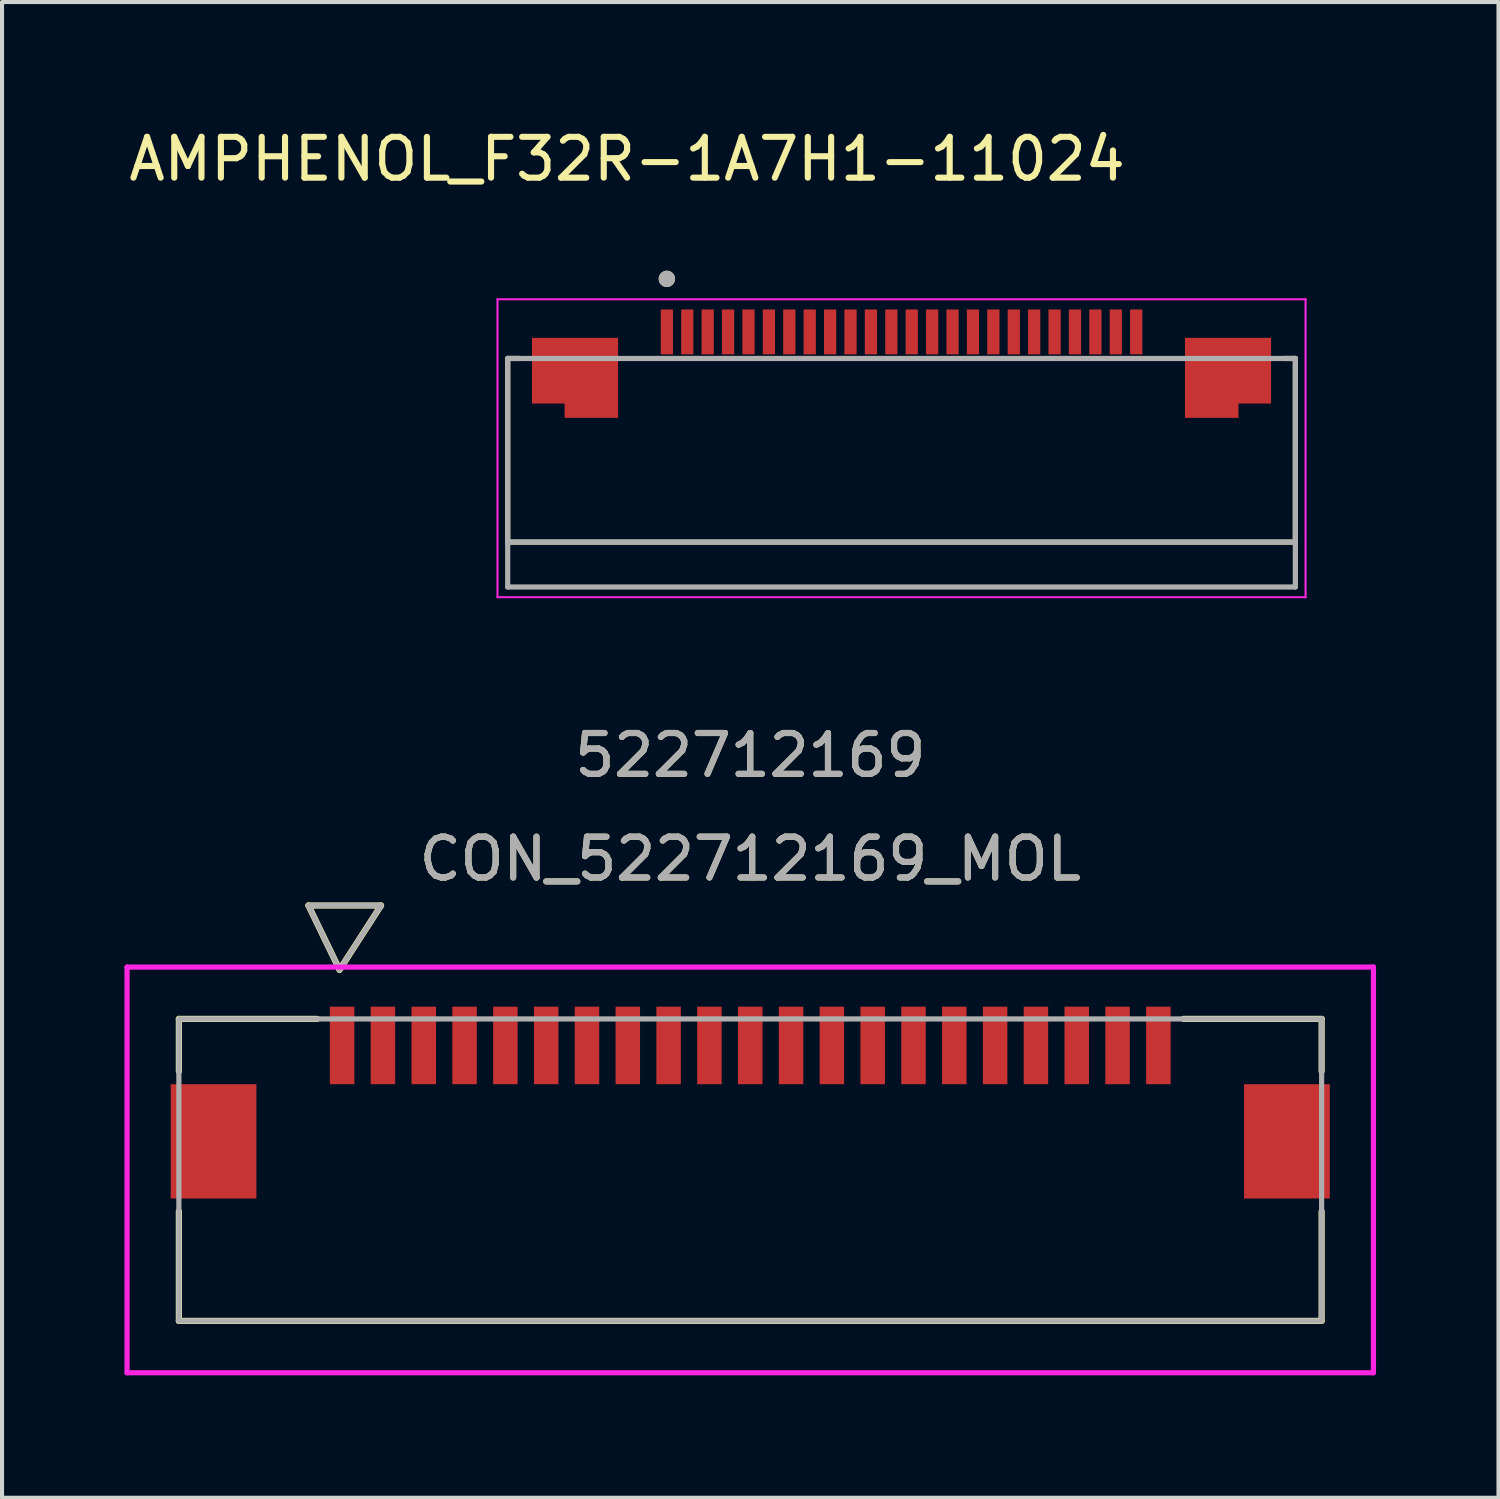
<source format=kicad_pcb>
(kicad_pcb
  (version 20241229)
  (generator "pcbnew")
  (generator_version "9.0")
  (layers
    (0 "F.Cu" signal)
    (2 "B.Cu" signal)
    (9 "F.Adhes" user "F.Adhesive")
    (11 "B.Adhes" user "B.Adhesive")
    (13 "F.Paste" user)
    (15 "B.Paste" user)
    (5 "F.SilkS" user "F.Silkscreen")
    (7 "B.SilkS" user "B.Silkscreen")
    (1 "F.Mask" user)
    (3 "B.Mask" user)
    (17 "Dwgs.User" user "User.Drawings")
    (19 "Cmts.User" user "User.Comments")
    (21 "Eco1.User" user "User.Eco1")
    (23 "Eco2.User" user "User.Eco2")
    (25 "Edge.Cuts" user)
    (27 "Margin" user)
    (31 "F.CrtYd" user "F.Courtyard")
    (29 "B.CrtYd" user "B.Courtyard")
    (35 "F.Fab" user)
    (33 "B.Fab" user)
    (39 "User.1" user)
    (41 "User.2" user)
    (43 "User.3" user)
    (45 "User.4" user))
  (footprint "CON_522712169_MOL"
    (layer "F.Cu")
    (at 15.333 25.616)
    (property "Reference" "CON_522712169_MOL" (at 0 -7.62 0) (unlocked yes) (layer "F.SilkS") (effects (font (size 1 1) (thickness 0.15))))
    (attr smd)
    (fp_line (start -14 -3.7) (end -14 -2.417) (stroke (width 0.152) (type solid)) (layer "F.SilkS"))
    (fp_line (start -14 1.018) (end -14 3.7) (stroke (width 0.152) (type solid)) (layer "F.SilkS"))
    (fp_line (start -14 3.7) (end 14 3.7) (stroke (width 0.152) (type solid)) (layer "F.SilkS"))
    (fp_line (start -10.825 -6.479) (end -10.063 -4.904) (stroke (width 0.152) (type solid)) (layer "F.SilkS"))
    (fp_line (start -10.825 -6.479) (end -9.047 -6.479) (stroke (width 0.152) (type solid)) (layer "F.SilkS"))
    (fp_line (start -10.617 -3.7) (end -14 -3.7) (stroke (width 0.152) (type solid)) (layer "F.SilkS"))
    (fp_line (start -9.047 -6.479) (end -10.063 -4.904) (stroke (width 0.152) (type solid)) (layer "F.SilkS"))
    (fp_line (start 14 -3.7) (end 10.618 -3.7) (stroke (width 0.152) (type solid)) (layer "F.SilkS"))
    (fp_line (start 14 -2.417) (end 14 -3.7) (stroke (width 0.152) (type solid)) (layer "F.SilkS"))
    (fp_line (start 14 3.7) (end 14 1.018) (stroke (width 0.152) (type solid)) (layer "F.SilkS"))
    (fp_line (start -15.27 -4.97) (end -15.27 4.97) (stroke (width 0.127) (type solid)) (layer "F.CrtYd"))
    (fp_line (start -15.27 4.97) (end 15.27 4.97) (stroke (width 0.127) (type solid)) (layer "F.CrtYd"))
    (fp_line (start 15.27 -4.97) (end -15.27 -4.97) (stroke (width 0.127) (type solid)) (layer "F.CrtYd"))
    (fp_line (start 15.27 4.97) (end 15.27 -4.97) (stroke (width 0.127) (type solid)) (layer "F.CrtYd"))
    (fp_line (start -14 -3.7) (end -14 3.7) (stroke (width 0.127) (type solid)) (layer "F.Fab"))
    (fp_line (start -14 3.7) (end 14 3.7) (stroke (width 0.127) (type solid)) (layer "F.Fab"))
    (fp_line (start -10.825 -6.479) (end -10.063 -4.904) (stroke (width 0.127) (type solid)) (layer "F.Fab"))
    (fp_line (start -10.825 -6.479) (end -9.047 -6.479) (stroke (width 0.127) (type solid)) (layer "F.Fab"))
    (fp_line (start -9.047 -6.479) (end -10.063 -4.904) (stroke (width 0.127) (type solid)) (layer "F.Fab"))
    (fp_line (start 14 -3.7) (end -14 -3.7) (stroke (width 0.127) (type solid)) (layer "F.Fab"))
    (fp_line (start 14 3.7) (end 14 -3.7) (stroke (width 0.127) (type solid)) (layer "F.Fab"))
    (fp_text user "522712169" (at 0 -10.16 0) (unlocked yes) (layer "F.SilkS") (effects (font (size 1 1) (thickness 0.15))))
    (fp_text user "${REFERENCE}" (at 0 -7.62 0) (unlocked yes) (layer "F.Fab") (effects (font (size 1 1) (thickness 0.15))))
    (fp_text user "522712169" (at 0 -10.16 0) (unlocked yes) (layer "F.Fab") (effects (font (size 1 1) (thickness 0.15))))
    (pad "1" smd rect (at -10 -3.05) (size 0.6 1.9) (layers "F.Cu" "F.Mask" "F.Paste"))
    (pad "2" smd rect (at -9 -3.05) (size 0.6 1.9) (layers "F.Cu" "F.Mask" "F.Paste"))
    (pad "3" smd rect (at -8 -3.05) (size 0.6 1.9) (layers "F.Cu" "F.Mask" "F.Paste"))
    (pad "4" smd rect (at -7 -3.05) (size 0.6 1.9) (layers "F.Cu" "F.Mask" "F.Paste"))
    (pad "5" smd rect (at -6 -3.05) (size 0.6 1.9) (layers "F.Cu" "F.Mask" "F.Paste"))
    (pad "6" smd rect (at -5 -3.05) (size 0.6 1.9) (layers "F.Cu" "F.Mask" "F.Paste"))
    (pad "7" smd rect (at -4 -3.05) (size 0.6 1.9) (layers "F.Cu" "F.Mask" "F.Paste"))
    (pad "8" smd rect (at -3 -3.05) (size 0.6 1.9) (layers "F.Cu" "F.Mask" "F.Paste"))
    (pad "9" smd rect (at -2 -3.05) (size 0.6 1.9) (layers "F.Cu" "F.Mask" "F.Paste"))
    (pad "10" smd rect (at -1 -3.05) (size 0.6 1.9) (layers "F.Cu" "F.Mask" "F.Paste"))
    (pad "11" smd rect (at 0.00002 -3.05) (size 0.6 1.9) (layers "F.Cu" "F.Mask" "F.Paste"))
    (pad "12" smd rect (at 1 -3.05) (size 0.6 1.9) (layers "F.Cu" "F.Mask" "F.Paste"))
    (pad "13" smd rect (at 2 -3.05) (size 0.6 1.9) (layers "F.Cu" "F.Mask" "F.Paste"))
    (pad "14" smd rect (at 3 -3.05) (size 0.6 1.9) (layers "F.Cu" "F.Mask" "F.Paste"))
    (pad "15" smd rect (at 4 -3.05) (size 0.6 1.9) (layers "F.Cu" "F.Mask" "F.Paste"))
    (pad "16" smd rect (at 5 -3.05) (size 0.6 1.9) (layers "F.Cu" "F.Mask" "F.Paste"))
    (pad "17" smd rect (at 6 -3.05) (size 0.6 1.9) (layers "F.Cu" "F.Mask" "F.Paste"))
    (pad "18" smd rect (at 7 -3.05) (size 0.6 1.9) (layers "F.Cu" "F.Mask" "F.Paste"))
    (pad "19" smd rect (at 8 -3.05) (size 0.6 1.9) (layers "F.Cu" "F.Mask" "F.Paste"))
    (pad "20" smd rect (at 9 -3.05) (size 0.6 1.9) (layers "F.Cu" "F.Mask" "F.Paste"))
    (pad "21" smd rect (at 10 -3.05) (size 0.6 1.9) (layers "F.Cu" "F.Mask" "F.Paste"))
    (pad "P1" smd rect (at -13.15 -0.7) (size 2.1 2.8) (layers "F.Cu" "F.Mask" "F.Paste"))
    (pad "P2" smd rect (at 13.15 -0.7) (size 2.1 2.8) (layers "F.Cu" "F.Mask" "F.Paste")))
  (footprint "AMPHENOL_F32R-1A7H1-11024"
    (layer "F.Cu")
    (at 19.04 7.983)
    (property "Reference" "AMPHENOL_F32R-1A7H1-11024" (at -6.725 -7.135 0) (layer "F.SilkS") (effects (font (size 1 1) (thickness 0.15))))
    (attr smd)
    (fp_poly (pts (xy -9.15 -1.05) (xy -8.35 -1.05) (xy -8.35 -0.7) (xy -6.85 -0.7) (xy -6.85 -2.85) (xy -9.15 -2.85)) (stroke (width 0.01) (type solid)) (fill yes) (layer "F.Mask"))
    (fp_poly (pts (xy 6.85 -0.7) (xy 8.35 -0.7) (xy 8.35 -1.05) (xy 9.15 -1.05) (xy 9.15 -2.85) (xy 6.85 -2.85)) (stroke (width 0.01) (type solid)) (fill yes) (layer "F.Mask"))
    (fp_line (start -9.65 -2.25) (end -9.65 2.25) (stroke (width 0.127) (type solid)) (layer "F.SilkS"))
    (fp_line (start -9.65 2.25) (end 9.65 2.25) (stroke (width 0.127) (type solid)) (layer "F.SilkS"))
    (fp_line (start -9.37 -2.25) (end -9.65 -2.25) (stroke (width 0.127) (type solid)) (layer "F.SilkS"))
    (fp_line (start 9.65 -2.25) (end 9.37 -2.25) (stroke (width 0.127) (type solid)) (layer "F.SilkS"))
    (fp_line (start 9.65 2.25) (end 9.65 -2.25) (stroke (width 0.127) (type solid)) (layer "F.SilkS"))
    (fp_circle (center -5.75 -4.2) (end -5.65 -4.2) (stroke (width 0.2) (type solid)) (fill no) (layer "F.SilkS"))
    (fp_poly (pts (xy -9.05 -1.15) (xy -8.25 -1.15) (xy -8.25 -0.8) (xy -6.95 -0.8) (xy -6.95 -2.75) (xy -9.05 -2.75)) (stroke (width 0.01) (type solid)) (fill yes) (layer "F.Paste"))
    (fp_poly (pts (xy 8.25 -0.8) (xy 6.95 -0.8) (xy 6.95 -2.75) (xy 9.05 -2.75) (xy 9.05 -1.15) (xy 8.25 -1.15)) (stroke (width 0.01) (type solid)) (fill yes) (layer "F.Paste"))
    (fp_line (start -9.9 -3.7) (end -9.9 3.6) (stroke (width 0.05) (type solid)) (layer "F.CrtYd"))
    (fp_line (start -9.9 3.6) (end 9.9 3.6) (stroke (width 0.05) (type solid)) (layer "F.CrtYd"))
    (fp_line (start 9.9 -3.7) (end -9.9 -3.7) (stroke (width 0.05) (type solid)) (layer "F.CrtYd"))
    (fp_line (start 9.9 3.6) (end 9.9 -3.7) (stroke (width 0.05) (type solid)) (layer "F.CrtYd"))
    (fp_line (start -9.65 -2.25) (end -9.65 2.25) (stroke (width 0.127) (type solid)) (layer "F.Fab"))
    (fp_line (start -9.65 2.25) (end -9.65 3.35) (stroke (width 0.127) (type solid)) (layer "F.Fab"))
    (fp_line (start -9.65 2.25) (end 9.65 2.25) (stroke (width 0.127) (type solid)) (layer "F.Fab"))
    (fp_line (start -9.65 3.35) (end 9.65 3.35) (stroke (width 0.127) (type solid)) (layer "F.Fab"))
    (fp_line (start 9.65 -2.25) (end -9.65 -2.25) (stroke (width 0.127) (type solid)) (layer "F.Fab"))
    (fp_line (start 9.65 2.25) (end 9.65 -2.25) (stroke (width 0.127) (type solid)) (layer "F.Fab"))
    (fp_line (start 9.65 3.35) (end 9.65 2.25) (stroke (width 0.127) (type solid)) (layer "F.Fab"))
    (fp_circle (center -5.75 -4.2) (end -5.65 -4.2) (stroke (width 0.2) (type solid)) (fill no) (layer "F.Fab"))
    (pad "1" smd rect (at -5.75 -2.9) (size 0.3 1.1) (layers "F.Cu" "F.Mask" "F.Paste"))
    (pad "2" smd rect (at -5.25 -2.9) (size 0.3 1.1) (layers "F.Cu" "F.Mask" "F.Paste"))
    (pad "3" smd rect (at -4.75 -2.9) (size 0.3 1.1) (layers "F.Cu" "F.Mask" "F.Paste"))
    (pad "4" smd rect (at -4.25 -2.9) (size 0.3 1.1) (layers "F.Cu" "F.Mask" "F.Paste"))
    (pad "5" smd rect (at -3.75 -2.9) (size 0.3 1.1) (layers "F.Cu" "F.Mask" "F.Paste"))
    (pad "6" smd rect (at -3.25 -2.9) (size 0.3 1.1) (layers "F.Cu" "F.Mask" "F.Paste"))
    (pad "7" smd rect (at -2.75 -2.9) (size 0.3 1.1) (layers "F.Cu" "F.Mask" "F.Paste"))
    (pad "8" smd rect (at -2.25 -2.9) (size 0.3 1.1) (layers "F.Cu" "F.Mask" "F.Paste"))
    (pad "9" smd rect (at -1.75 -2.9) (size 0.3 1.1) (layers "F.Cu" "F.Mask" "F.Paste"))
    (pad "10" smd rect (at -1.25 -2.9) (size 0.3 1.1) (layers "F.Cu" "F.Mask" "F.Paste"))
    (pad "11" smd rect (at -0.75 -2.9) (size 0.3 1.1) (layers "F.Cu" "F.Mask" "F.Paste"))
    (pad "12" smd rect (at -0.25 -2.9) (size 0.3 1.1) (layers "F.Cu" "F.Mask" "F.Paste"))
    (pad "13" smd rect (at 0.25 -2.9) (size 0.3 1.1) (layers "F.Cu" "F.Mask" "F.Paste"))
    (pad "14" smd rect (at 0.75 -2.9) (size 0.3 1.1) (layers "F.Cu" "F.Mask" "F.Paste"))
    (pad "15" smd rect (at 1.25 -2.9) (size 0.3 1.1) (layers "F.Cu" "F.Mask" "F.Paste"))
    (pad "16" smd rect (at 1.75 -2.9) (size 0.3 1.1) (layers "F.Cu" "F.Mask" "F.Paste"))
    (pad "17" smd rect (at 2.25 -2.9) (size 0.3 1.1) (layers "F.Cu" "F.Mask" "F.Paste"))
    (pad "18" smd rect (at 2.75 -2.9) (size 0.3 1.1) (layers "F.Cu" "F.Mask" "F.Paste"))
    (pad "19" smd rect (at 3.25 -2.9) (size 0.3 1.1) (layers "F.Cu" "F.Mask" "F.Paste"))
    (pad "20" smd rect (at 3.75 -2.9) (size 0.3 1.1) (layers "F.Cu" "F.Mask" "F.Paste"))
    (pad "21" smd rect (at 4.25 -2.9) (size 0.3 1.1) (layers "F.Cu" "F.Mask" "F.Paste"))
    (pad "22" smd rect (at 4.75 -2.9) (size 0.3 1.1) (layers "F.Cu" "F.Mask" "F.Paste"))
    (pad "23" smd rect (at 5.25 -2.9) (size 0.3 1.1) (layers "F.Cu" "F.Mask" "F.Paste"))
    (pad "24" smd rect (at 5.75 -2.9) (size 0.3 1.1) (layers "F.Cu" "F.Mask" "F.Paste"))
    (pad "S1" smd custom (at -8 -1.95) (size 0.5 0.5) (layers "F.Cu") (options (anchor rect)) (primitives (gr_poly (pts (xy -1.05 -0.8) (xy 1.05 -0.8) (xy 1.05 1.15) (xy -0.25 1.15) (xy -0.25 0.8) (xy -1.05 0.8)) (width 0.01) (fill yes))))
    (pad "S2" smd custom (at 8 -1.95) (size 0.5 0.5) (layers "F.Cu") (options (anchor rect)) (primitives (gr_poly (pts (xy -1.05 -0.8) (xy -1.05 1.15) (xy 0.25 1.15) (xy 0.25 0.8) (xy 1.05 0.8) (xy 1.05 -0.8)) (width 0.01) (fill yes)))))
  (gr_rect
    (start -3 -3)
    (end 33.667 33.65)
    (stroke (width 0.1) (type default))
    (fill no)
    (layer "Edge.Cuts")))
</source>
